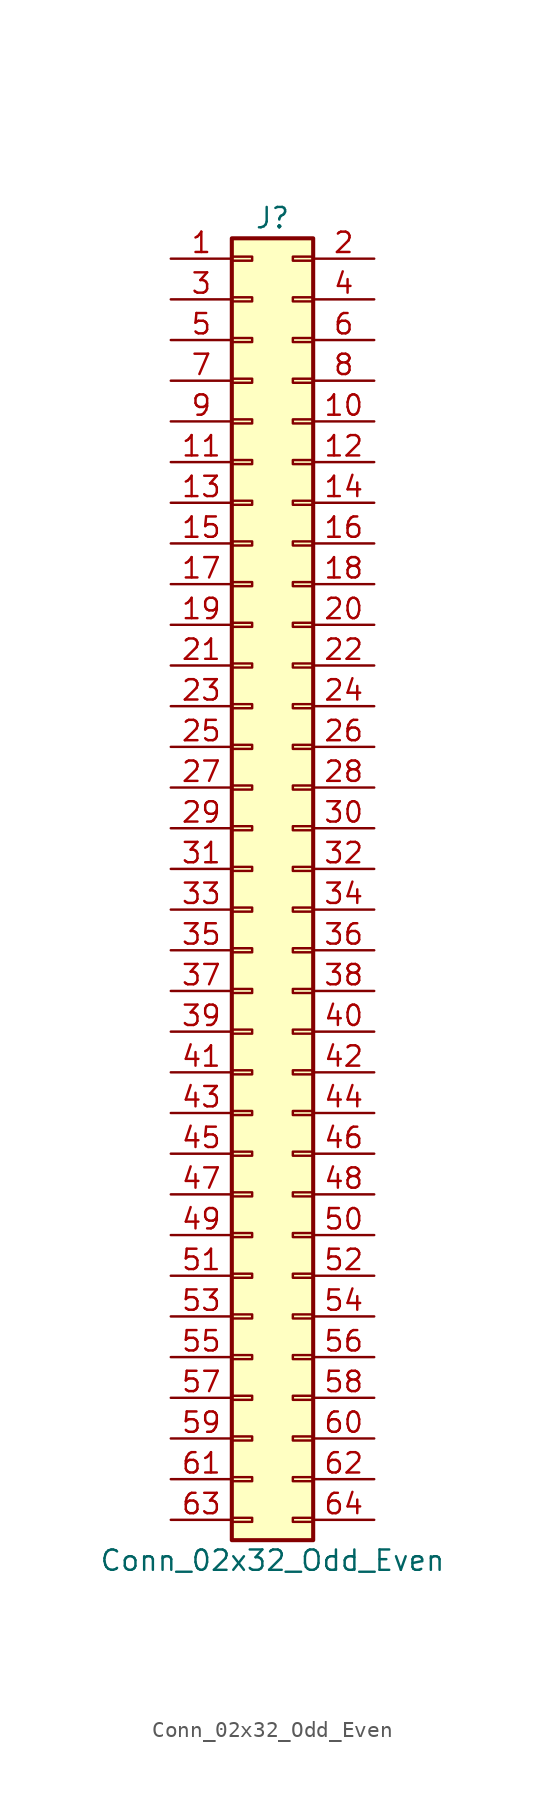
<source format=kicad_sym>
(kicad_symbol_lib
  (version 20201005)
  (generator kicad_symbol_editor)
  (symbol "Conn_02x32_Odd_Even"
    (pin_names
      (offset 1.016) hide)
    (property "Reference" "J"
      (at 1.27 40.64 0)
      (effects (font (size 1.27 1.27))))
    (property "Value" "Conn_02x32_Odd_Even"
      (at 1.27 -43.18 0)
      (effects (font (size 1.27 1.27))))
    (symbol "Conn_02x32_Odd_Even_1_1"
      (rectangle (start -1.27 -40.513) (end 0 -40.767) (stroke (width 0.152)) (fill (type none)))
      (rectangle (start -1.27 -37.973) (end 0 -38.227) (stroke (width 0.152)) (fill (type none)))
      (rectangle (start -1.27 -35.433) (end 0 -35.687) (stroke (width 0.152)) (fill (type none)))
      (rectangle (start -1.27 -32.893) (end 0 -33.147) (stroke (width 0.152)) (fill (type none)))
      (rectangle (start -1.27 -30.353) (end 0 -30.607) (stroke (width 0.152)) (fill (type none)))
      (rectangle (start -1.27 -27.813) (end 0 -28.067) (stroke (width 0.152)) (fill (type none)))
      (rectangle (start -1.27 -25.273) (end 0 -25.527) (stroke (width 0.152)) (fill (type none)))
      (rectangle (start -1.27 -22.733) (end 0 -22.987) (stroke (width 0.152)) (fill (type none)))
      (rectangle (start -1.27 -20.193) (end 0 -20.447) (stroke (width 0.152)) (fill (type none)))
      (rectangle (start -1.27 -17.653) (end 0 -17.907) (stroke (width 0.152)) (fill (type none)))
      (rectangle (start -1.27 -15.113) (end 0 -15.367) (stroke (width 0.152)) (fill (type none)))
      (rectangle (start -1.27 -12.573) (end 0 -12.827) (stroke (width 0.152)) (fill (type none)))
      (rectangle (start -1.27 -10.033) (end 0 -10.287) (stroke (width 0.152)) (fill (type none)))
      (rectangle (start -1.27 -7.493) (end 0 -7.747) (stroke (width 0.152)) (fill (type none)))
      (rectangle (start -1.27 -4.953) (end 0 -5.207) (stroke (width 0.152)) (fill (type none)))
      (rectangle (start -1.27 -2.413) (end 0 -2.667) (stroke (width 0.152)) (fill (type none)))
      (rectangle (start -1.27 0.127) (end 0 -0.127) (stroke (width 0.152)) (fill (type none)))
      (rectangle (start -1.27 2.667) (end 0 2.413) (stroke (width 0.152)) (fill (type none)))
      (rectangle (start -1.27 5.207) (end 0 4.953) (stroke (width 0.152)) (fill (type none)))
      (rectangle (start -1.27 7.747) (end 0 7.493) (stroke (width 0.152)) (fill (type none)))
      (rectangle (start -1.27 10.287) (end 0 10.033) (stroke (width 0.152)) (fill (type none)))
      (rectangle (start -1.27 12.827) (end 0 12.573) (stroke (width 0.152)) (fill (type none)))
      (rectangle (start -1.27 15.367) (end 0 15.113) (stroke (width 0.152)) (fill (type none)))
      (rectangle (start -1.27 17.907) (end 0 17.653) (stroke (width 0.152)) (fill (type none)))
      (rectangle (start -1.27 20.447) (end 0 20.193) (stroke (width 0.152)) (fill (type none)))
      (rectangle (start -1.27 22.987) (end 0 22.733) (stroke (width 0.152)) (fill (type none)))
      (rectangle (start -1.27 25.527) (end 0 25.273) (stroke (width 0.152)) (fill (type none)))
      (rectangle (start -1.27 28.067) (end 0 27.813) (stroke (width 0.152)) (fill (type none)))
      (rectangle (start -1.27 30.607) (end 0 30.353) (stroke (width 0.152)) (fill (type none)))
      (rectangle (start -1.27 33.147) (end 0 32.893) (stroke (width 0.152)) (fill (type none)))
      (rectangle (start -1.27 35.687) (end 0 35.433) (stroke (width 0.152)) (fill (type none)))
      (rectangle (start -1.27 38.227) (end 0 37.973) (stroke (width 0.152)) (fill (type none)))
      (rectangle (start 3.81 -40.513) (end 2.54 -40.767) (stroke (width 0.152)) (fill (type none)))
      (rectangle (start 3.81 -37.973) (end 2.54 -38.227) (stroke (width 0.152)) (fill (type none)))
      (rectangle (start 3.81 -35.433) (end 2.54 -35.687) (stroke (width 0.152)) (fill (type none)))
      (rectangle (start 3.81 -32.893) (end 2.54 -33.147) (stroke (width 0.152)) (fill (type none)))
      (rectangle (start 3.81 -30.353) (end 2.54 -30.607) (stroke (width 0.152)) (fill (type none)))
      (rectangle (start 3.81 -27.813) (end 2.54 -28.067) (stroke (width 0.152)) (fill (type none)))
      (rectangle (start 3.81 -25.273) (end 2.54 -25.527) (stroke (width 0.152)) (fill (type none)))
      (rectangle (start 3.81 -22.733) (end 2.54 -22.987) (stroke (width 0.152)) (fill (type none)))
      (rectangle (start 3.81 -20.193) (end 2.54 -20.447) (stroke (width 0.152)) (fill (type none)))
      (rectangle (start 3.81 -17.653) (end 2.54 -17.907) (stroke (width 0.152)) (fill (type none)))
      (rectangle (start 3.81 -15.113) (end 2.54 -15.367) (stroke (width 0.152)) (fill (type none)))
      (rectangle (start 3.81 -12.573) (end 2.54 -12.827) (stroke (width 0.152)) (fill (type none)))
      (rectangle (start 3.81 -10.033) (end 2.54 -10.287) (stroke (width 0.152)) (fill (type none)))
      (rectangle (start 3.81 -7.493) (end 2.54 -7.747) (stroke (width 0.152)) (fill (type none)))
      (rectangle (start 3.81 -4.953) (end 2.54 -5.207) (stroke (width 0.152)) (fill (type none)))
      (rectangle (start 3.81 -2.413) (end 2.54 -2.667) (stroke (width 0.152)) (fill (type none)))
      (rectangle (start 3.81 0.127) (end 2.54 -0.127) (stroke (width 0.152)) (fill (type none)))
      (rectangle (start 3.81 2.667) (end 2.54 2.413) (stroke (width 0.152)) (fill (type none)))
      (rectangle (start 3.81 5.207) (end 2.54 4.953) (stroke (width 0.152)) (fill (type none)))
      (rectangle (start 3.81 7.747) (end 2.54 7.493) (stroke (width 0.152)) (fill (type none)))
      (rectangle (start 3.81 10.287) (end 2.54 10.033) (stroke (width 0.152)) (fill (type none)))
      (rectangle (start 3.81 12.827) (end 2.54 12.573) (stroke (width 0.152)) (fill (type none)))
      (rectangle (start 3.81 15.367) (end 2.54 15.113) (stroke (width 0.152)) (fill (type none)))
      (rectangle (start 3.81 17.907) (end 2.54 17.653) (stroke (width 0.152)) (fill (type none)))
      (rectangle (start 3.81 20.447) (end 2.54 20.193) (stroke (width 0.152)) (fill (type none)))
      (rectangle (start 3.81 22.987) (end 2.54 22.733) (stroke (width 0.152)) (fill (type none)))
      (rectangle (start 3.81 25.527) (end 2.54 25.273) (stroke (width 0.152)) (fill (type none)))
      (rectangle (start 3.81 28.067) (end 2.54 27.813) (stroke (width 0.152)) (fill (type none)))
      (rectangle (start 3.81 30.607) (end 2.54 30.353) (stroke (width 0.152)) (fill (type none)))
      (rectangle (start 3.81 33.147) (end 2.54 32.893) (stroke (width 0.152)) (fill (type none)))
      (rectangle (start 3.81 35.687) (end 2.54 35.433) (stroke (width 0.152)) (fill (type none)))
      (rectangle (start 3.81 38.227) (end 2.54 37.973) (stroke (width 0.152)) (fill (type none)))
      (rectangle (start -1.27 39.37) (end 3.81 -41.91) (stroke (width 0.254)) (fill (type background)))
      (pin passive line (at -5.08 38.1 0) (length 3.81) (name "Pin_1" (effects (font (size 1.27 1.27)))) (number "1" (effects (font (size 1.27 1.27)))))
      (pin passive line (at 7.62 27.94 180) (length 3.81) (name "Pin_10" (effects (font (size 1.27 1.27)))) (number "10" (effects (font (size 1.27 1.27)))))
      (pin passive line (at -5.08 25.4 0) (length 3.81) (name "Pin_11" (effects (font (size 1.27 1.27)))) (number "11" (effects (font (size 1.27 1.27)))))
      (pin passive line (at 7.62 25.4 180) (length 3.81) (name "Pin_12" (effects (font (size 1.27 1.27)))) (number "12" (effects (font (size 1.27 1.27)))))
      (pin passive line (at -5.08 22.86 0) (length 3.81) (name "Pin_13" (effects (font (size 1.27 1.27)))) (number "13" (effects (font (size 1.27 1.27)))))
      (pin passive line (at 7.62 22.86 180) (length 3.81) (name "Pin_14" (effects (font (size 1.27 1.27)))) (number "14" (effects (font (size 1.27 1.27)))))
      (pin passive line (at -5.08 20.32 0) (length 3.81) (name "Pin_15" (effects (font (size 1.27 1.27)))) (number "15" (effects (font (size 1.27 1.27)))))
      (pin passive line (at 7.62 20.32 180) (length 3.81) (name "Pin_16" (effects (font (size 1.27 1.27)))) (number "16" (effects (font (size 1.27 1.27)))))
      (pin passive line (at -5.08 17.78 0) (length 3.81) (name "Pin_17" (effects (font (size 1.27 1.27)))) (number "17" (effects (font (size 1.27 1.27)))))
      (pin passive line (at 7.62 17.78 180) (length 3.81) (name "Pin_18" (effects (font (size 1.27 1.27)))) (number "18" (effects (font (size 1.27 1.27)))))
      (pin passive line (at -5.08 15.24 0) (length 3.81) (name "Pin_19" (effects (font (size 1.27 1.27)))) (number "19" (effects (font (size 1.27 1.27)))))
      (pin passive line (at 7.62 38.1 180) (length 3.81) (name "Pin_2" (effects (font (size 1.27 1.27)))) (number "2" (effects (font (size 1.27 1.27)))))
      (pin passive line (at 7.62 15.24 180) (length 3.81) (name "Pin_20" (effects (font (size 1.27 1.27)))) (number "20" (effects (font (size 1.27 1.27)))))
      (pin passive line (at -5.08 12.7 0) (length 3.81) (name "Pin_21" (effects (font (size 1.27 1.27)))) (number "21" (effects (font (size 1.27 1.27)))))
      (pin passive line (at 7.62 12.7 180) (length 3.81) (name "Pin_22" (effects (font (size 1.27 1.27)))) (number "22" (effects (font (size 1.27 1.27)))))
      (pin passive line (at -5.08 10.16 0) (length 3.81) (name "Pin_23" (effects (font (size 1.27 1.27)))) (number "23" (effects (font (size 1.27 1.27)))))
      (pin passive line (at 7.62 10.16 180) (length 3.81) (name "Pin_24" (effects (font (size 1.27 1.27)))) (number "24" (effects (font (size 1.27 1.27)))))
      (pin passive line (at -5.08 7.62 0) (length 3.81) (name "Pin_25" (effects (font (size 1.27 1.27)))) (number "25" (effects (font (size 1.27 1.27)))))
      (pin passive line (at 7.62 7.62 180) (length 3.81) (name "Pin_26" (effects (font (size 1.27 1.27)))) (number "26" (effects (font (size 1.27 1.27)))))
      (pin passive line (at -5.08 5.08 0) (length 3.81) (name "Pin_27" (effects (font (size 1.27 1.27)))) (number "27" (effects (font (size 1.27 1.27)))))
      (pin passive line (at 7.62 5.08 180) (length 3.81) (name "Pin_28" (effects (font (size 1.27 1.27)))) (number "28" (effects (font (size 1.27 1.27)))))
      (pin passive line (at -5.08 2.54 0) (length 3.81) (name "Pin_29" (effects (font (size 1.27 1.27)))) (number "29" (effects (font (size 1.27 1.27)))))
      (pin passive line (at -5.08 35.56 0) (length 3.81) (name "Pin_3" (effects (font (size 1.27 1.27)))) (number "3" (effects (font (size 1.27 1.27)))))
      (pin passive line (at 7.62 2.54 180) (length 3.81) (name "Pin_30" (effects (font (size 1.27 1.27)))) (number "30" (effects (font (size 1.27 1.27)))))
      (pin passive line (at -5.08 0 0) (length 3.81) (name "Pin_31" (effects (font (size 1.27 1.27)))) (number "31" (effects (font (size 1.27 1.27)))))
      (pin passive line (at 7.62 0 180) (length 3.81) (name "Pin_32" (effects (font (size 1.27 1.27)))) (number "32" (effects (font (size 1.27 1.27)))))
      (pin passive line (at -5.08 -2.54 0) (length 3.81) (name "Pin_33" (effects (font (size 1.27 1.27)))) (number "33" (effects (font (size 1.27 1.27)))))
      (pin passive line (at 7.62 -2.54 180) (length 3.81) (name "Pin_34" (effects (font (size 1.27 1.27)))) (number "34" (effects (font (size 1.27 1.27)))))
      (pin passive line (at -5.08 -5.08 0) (length 3.81) (name "Pin_35" (effects (font (size 1.27 1.27)))) (number "35" (effects (font (size 1.27 1.27)))))
      (pin passive line (at 7.62 -5.08 180) (length 3.81) (name "Pin_36" (effects (font (size 1.27 1.27)))) (number "36" (effects (font (size 1.27 1.27)))))
      (pin passive line (at -5.08 -7.62 0) (length 3.81) (name "Pin_37" (effects (font (size 1.27 1.27)))) (number "37" (effects (font (size 1.27 1.27)))))
      (pin passive line (at 7.62 -7.62 180) (length 3.81) (name "Pin_38" (effects (font (size 1.27 1.27)))) (number "38" (effects (font (size 1.27 1.27)))))
      (pin passive line (at -5.08 -10.16 0) (length 3.81) (name "Pin_39" (effects (font (size 1.27 1.27)))) (number "39" (effects (font (size 1.27 1.27)))))
      (pin passive line (at 7.62 35.56 180) (length 3.81) (name "Pin_4" (effects (font (size 1.27 1.27)))) (number "4" (effects (font (size 1.27 1.27)))))
      (pin passive line (at 7.62 -10.16 180) (length 3.81) (name "Pin_40" (effects (font (size 1.27 1.27)))) (number "40" (effects (font (size 1.27 1.27)))))
      (pin passive line (at -5.08 -12.7 0) (length 3.81) (name "Pin_41" (effects (font (size 1.27 1.27)))) (number "41" (effects (font (size 1.27 1.27)))))
      (pin passive line (at 7.62 -12.7 180) (length 3.81) (name "Pin_42" (effects (font (size 1.27 1.27)))) (number "42" (effects (font (size 1.27 1.27)))))
      (pin passive line (at -5.08 -15.24 0) (length 3.81) (name "Pin_43" (effects (font (size 1.27 1.27)))) (number "43" (effects (font (size 1.27 1.27)))))
      (pin passive line (at 7.62 -15.24 180) (length 3.81) (name "Pin_44" (effects (font (size 1.27 1.27)))) (number "44" (effects (font (size 1.27 1.27)))))
      (pin passive line (at -5.08 -17.78 0) (length 3.81) (name "Pin_45" (effects (font (size 1.27 1.27)))) (number "45" (effects (font (size 1.27 1.27)))))
      (pin passive line (at 7.62 -17.78 180) (length 3.81) (name "Pin_46" (effects (font (size 1.27 1.27)))) (number "46" (effects (font (size 1.27 1.27)))))
      (pin passive line (at -5.08 -20.32 0) (length 3.81) (name "Pin_47" (effects (font (size 1.27 1.27)))) (number "47" (effects (font (size 1.27 1.27)))))
      (pin passive line (at 7.62 -20.32 180) (length 3.81) (name "Pin_48" (effects (font (size 1.27 1.27)))) (number "48" (effects (font (size 1.27 1.27)))))
      (pin passive line (at -5.08 -22.86 0) (length 3.81) (name "Pin_49" (effects (font (size 1.27 1.27)))) (number "49" (effects (font (size 1.27 1.27)))))
      (pin passive line (at -5.08 33.02 0) (length 3.81) (name "Pin_5" (effects (font (size 1.27 1.27)))) (number "5" (effects (font (size 1.27 1.27)))))
      (pin passive line (at 7.62 -22.86 180) (length 3.81) (name "Pin_50" (effects (font (size 1.27 1.27)))) (number "50" (effects (font (size 1.27 1.27)))))
      (pin passive line (at -5.08 -25.4 0) (length 3.81) (name "Pin_51" (effects (font (size 1.27 1.27)))) (number "51" (effects (font (size 1.27 1.27)))))
      (pin passive line (at 7.62 -25.4 180) (length 3.81) (name "Pin_52" (effects (font (size 1.27 1.27)))) (number "52" (effects (font (size 1.27 1.27)))))
      (pin passive line (at -5.08 -27.94 0) (length 3.81) (name "Pin_53" (effects (font (size 1.27 1.27)))) (number "53" (effects (font (size 1.27 1.27)))))
      (pin passive line (at 7.62 -27.94 180) (length 3.81) (name "Pin_54" (effects (font (size 1.27 1.27)))) (number "54" (effects (font (size 1.27 1.27)))))
      (pin passive line (at -5.08 -30.48 0) (length 3.81) (name "Pin_55" (effects (font (size 1.27 1.27)))) (number "55" (effects (font (size 1.27 1.27)))))
      (pin passive line (at 7.62 -30.48 180) (length 3.81) (name "Pin_56" (effects (font (size 1.27 1.27)))) (number "56" (effects (font (size 1.27 1.27)))))
      (pin passive line (at -5.08 -33.02 0) (length 3.81) (name "Pin_57" (effects (font (size 1.27 1.27)))) (number "57" (effects (font (size 1.27 1.27)))))
      (pin passive line (at 7.62 -33.02 180) (length 3.81) (name "Pin_58" (effects (font (size 1.27 1.27)))) (number "58" (effects (font (size 1.27 1.27)))))
      (pin passive line (at -5.08 -35.56 0) (length 3.81) (name "Pin_59" (effects (font (size 1.27 1.27)))) (number "59" (effects (font (size 1.27 1.27)))))
      (pin passive line (at 7.62 33.02 180) (length 3.81) (name "Pin_6" (effects (font (size 1.27 1.27)))) (number "6" (effects (font (size 1.27 1.27)))))
      (pin passive line (at 7.62 -35.56 180) (length 3.81) (name "Pin_60" (effects (font (size 1.27 1.27)))) (number "60" (effects (font (size 1.27 1.27)))))
      (pin passive line (at -5.08 -38.1 0) (length 3.81) (name "Pin_61" (effects (font (size 1.27 1.27)))) (number "61" (effects (font (size 1.27 1.27)))))
      (pin passive line (at 7.62 -38.1 180) (length 3.81) (name "Pin_62" (effects (font (size 1.27 1.27)))) (number "62" (effects (font (size 1.27 1.27)))))
      (pin passive line (at -5.08 -40.64 0) (length 3.81) (name "Pin_63" (effects (font (size 1.27 1.27)))) (number "63" (effects (font (size 1.27 1.27)))))
      (pin passive line (at 7.62 -40.64 180) (length 3.81) (name "Pin_64" (effects (font (size 1.27 1.27)))) (number "64" (effects (font (size 1.27 1.27)))))
      (pin passive line (at -5.08 30.48 0) (length 3.81) (name "Pin_7" (effects (font (size 1.27 1.27)))) (number "7" (effects (font (size 1.27 1.27)))))
      (pin passive line (at 7.62 30.48 180) (length 3.81) (name "Pin_8" (effects (font (size 1.27 1.27)))) (number "8" (effects (font (size 1.27 1.27)))))
      (pin passive line (at -5.08 27.94 0) (length 3.81) (name "Pin_9" (effects (font (size 1.27 1.27)))) (number "9" (effects (font (size 1.27 1.27))))))))
</source>
